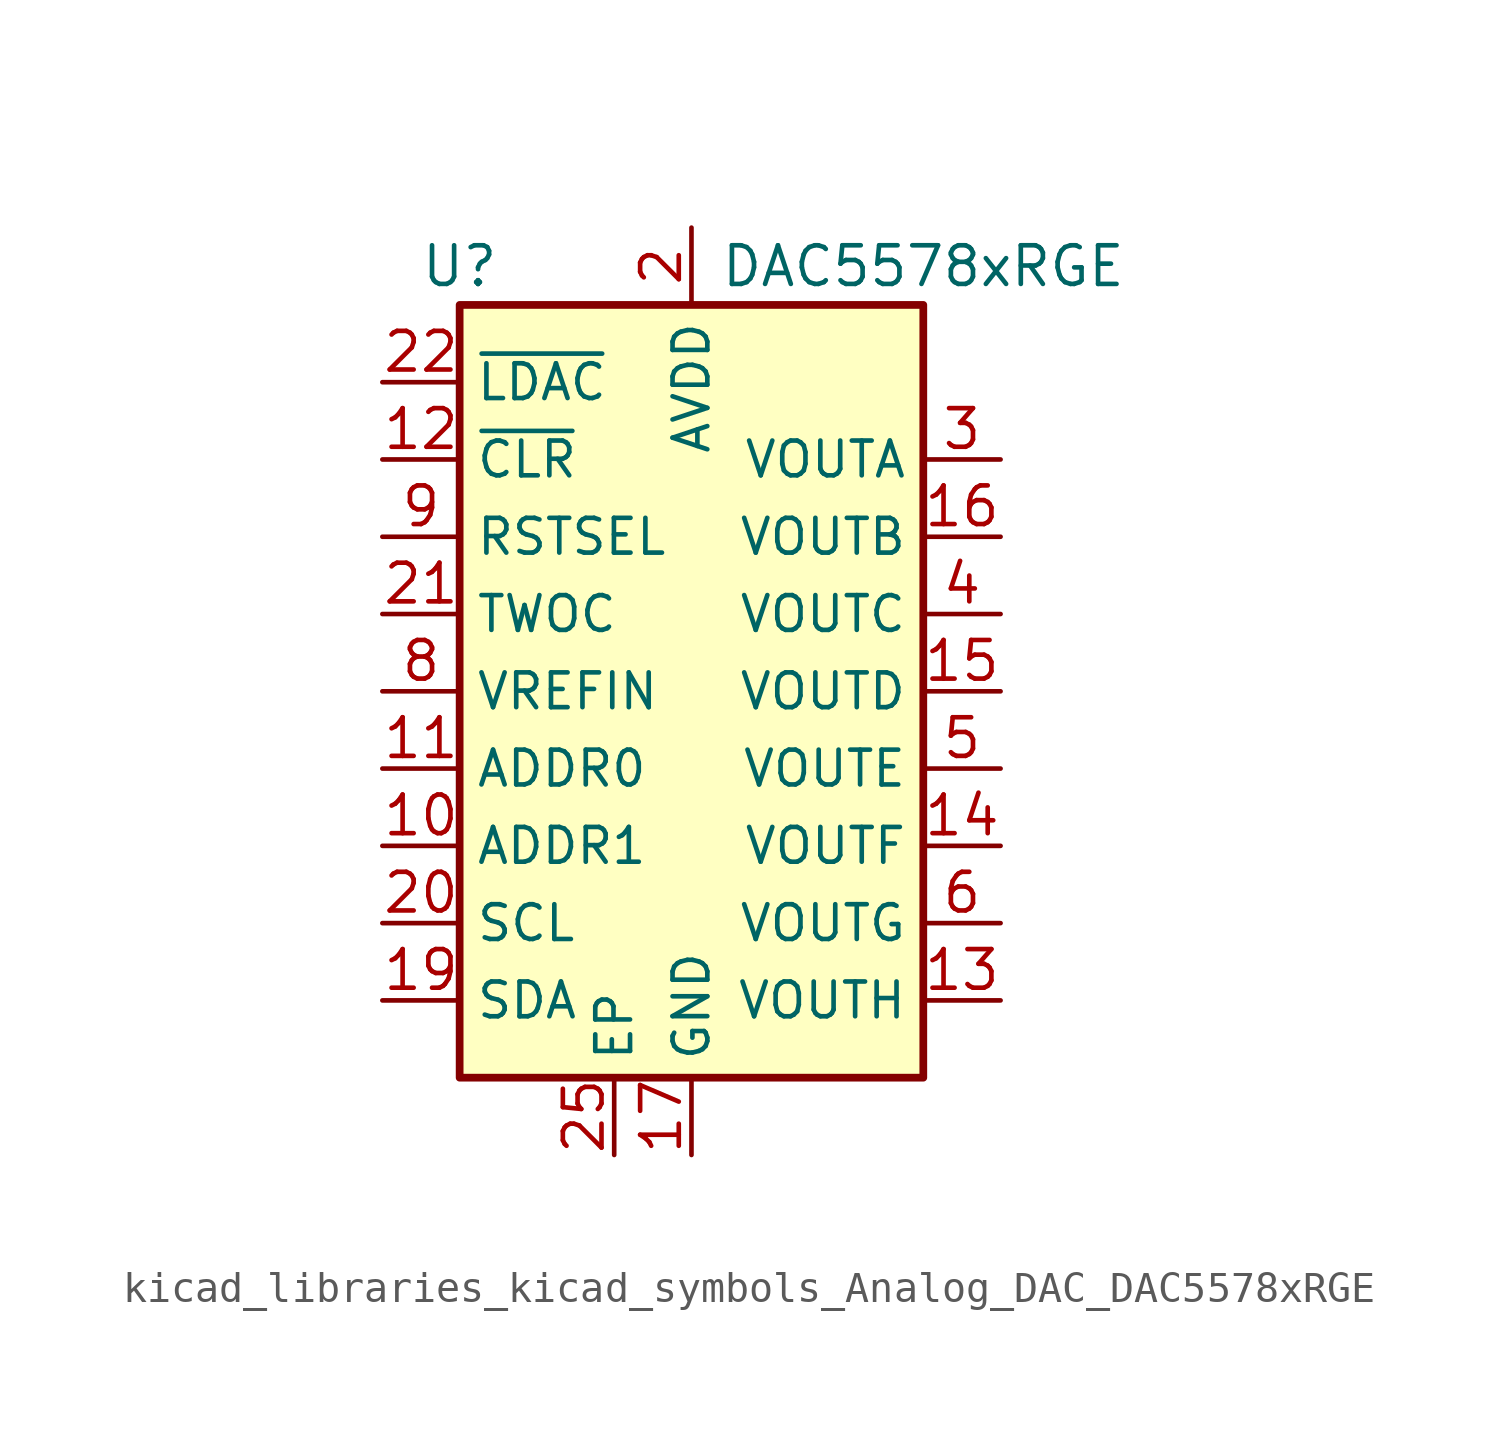
<source format=kicad_sym>
(kicad_symbol_lib
  (version 20220914)
  (generator kicad_symbol_editor)
  (symbol "kicad_libraries_kicad_symbols_Analog_DAC_DAC5578xRGE"
    (property "Reference" "U"
      (at -7.62 13.97 0)
      (effects (font (size 1.27 1.27))))
    (property "Value" "DAC5578xRGE"
      (at 7.62 13.97 0)
      (effects (font (size 1.27 1.27))))
    (symbol "kicad_libraries_kicad_symbols_Analog_DAC_DAC5578xRGE_0_1"
      (rectangle (start -7.62 12.7) (end 7.62 -12.7) (stroke (width 0.254) (type default)) (fill (type background))))
    (symbol "kicad_libraries_kicad_symbols_Analog_DAC_DAC5578xRGE_1_1"
      (pin no_connect line (at 7.62 10.16 180) (length 2.54) hide (name "NC" (effects (font (size 1.143 1.143)))) (number "1" (effects (font (size 1.27 1.27)))))
      (pin input line (at -10.16 -5.08 0) (length 2.54) (name "ADDR1" (effects (font (size 1.143 1.143)))) (number "10" (effects (font (size 1.27 1.27)))))
      (pin input line (at -10.16 -2.54 0) (length 2.54) (name "ADDR0" (effects (font (size 1.143 1.143)))) (number "11" (effects (font (size 1.27 1.27)))))
      (pin input line (at -10.16 7.62 0) (length 2.54) (name "~{CLR}" (effects (font (size 1.143 1.143)))) (number "12" (effects (font (size 1.27 1.27)))))
      (pin output line (at 10.16 -10.16 180) (length 2.54) (name "VOUTH" (effects (font (size 1.143 1.143)))) (number "13" (effects (font (size 1.27 1.27)))))
      (pin output line (at 10.16 -5.08 180) (length 2.54) (name "VOUTF" (effects (font (size 1.143 1.143)))) (number "14" (effects (font (size 1.27 1.27)))))
      (pin output line (at 10.16 0 180) (length 2.54) (name "VOUTD" (effects (font (size 1.143 1.143)))) (number "15" (effects (font (size 1.27 1.27)))))
      (pin output line (at 10.16 5.08 180) (length 2.54) (name "VOUTB" (effects (font (size 1.143 1.143)))) (number "16" (effects (font (size 1.27 1.27)))))
      (pin power_in line (at 0 -15.24 90) (length 2.54) (name "GND" (effects (font (size 1.143 1.143)))) (number "17" (effects (font (size 1.27 1.27)))))
      (pin no_connect line (at 7.62 12.7 180) (length 2.54) hide (name "NC" (effects (font (size 1.143 1.143)))) (number "18" (effects (font (size 1.27 1.27)))))
      (pin bidirectional line (at -10.16 -10.16 0) (length 2.54) (name "SDA" (effects (font (size 1.143 1.143)))) (number "19" (effects (font (size 1.27 1.27)))))
      (pin power_in line (at 0 15.24 270) (length 2.54) (name "AVDD" (effects (font (size 1.143 1.143)))) (number "2" (effects (font (size 1.27 1.27)))))
      (pin input line (at -10.16 -7.62 0) (length 2.54) (name "SCL" (effects (font (size 1.143 1.143)))) (number "20" (effects (font (size 1.27 1.27)))))
      (pin input line (at -10.16 2.54 0) (length 2.54) (name "TWOC" (effects (font (size 1.143 1.143)))) (number "21" (effects (font (size 1.27 1.27)))))
      (pin input line (at -10.16 10.16 0) (length 2.54) (name "~{LDAC}" (effects (font (size 1.143 1.143)))) (number "22" (effects (font (size 1.27 1.27)))))
      (pin no_connect line (at 5.08 12.7 180) (length 2.54) hide (name "NC" (effects (font (size 1.143 1.143)))) (number "23" (effects (font (size 1.27 1.27)))))
      (pin no_connect line (at 2.54 10.16 180) (length 2.54) hide (name "NC" (effects (font (size 1.143 1.143)))) (number "24" (effects (font (size 1.27 1.27)))))
      (pin passive line (at -2.54 -15.24 90) (length 2.54) (name "EP" (effects (font (size 1.143 1.143)))) (number "25" (effects (font (size 1.27 1.27)))))
      (pin output line (at 10.16 7.62 180) (length 2.54) (name "VOUTA" (effects (font (size 1.143 1.143)))) (number "3" (effects (font (size 1.27 1.27)))))
      (pin output line (at 10.16 2.54 180) (length 2.54) (name "VOUTC" (effects (font (size 1.143 1.143)))) (number "4" (effects (font (size 1.27 1.27)))))
      (pin output line (at 10.16 -2.54 180) (length 2.54) (name "VOUTE" (effects (font (size 1.143 1.143)))) (number "5" (effects (font (size 1.27 1.27)))))
      (pin output line (at 10.16 -7.62 180) (length 2.54) (name "VOUTG" (effects (font (size 1.143 1.143)))) (number "6" (effects (font (size 1.27 1.27)))))
      (pin no_connect line (at 5.08 10.16 180) (length 2.54) hide (name "NC" (effects (font (size 1.143 1.143)))) (number "7" (effects (font (size 1.27 1.27)))))
      (pin input line (at -10.16 0 0) (length 2.54) (name "VREFIN" (effects (font (size 1.143 1.143)))) (number "8" (effects (font (size 1.27 1.27)))))
      (pin input line (at -10.16 5.08 0) (length 2.54) (name "RSTSEL" (effects (font (size 1.143 1.143)))) (number "9" (effects (font (size 1.27 1.27))))))))
</source>
